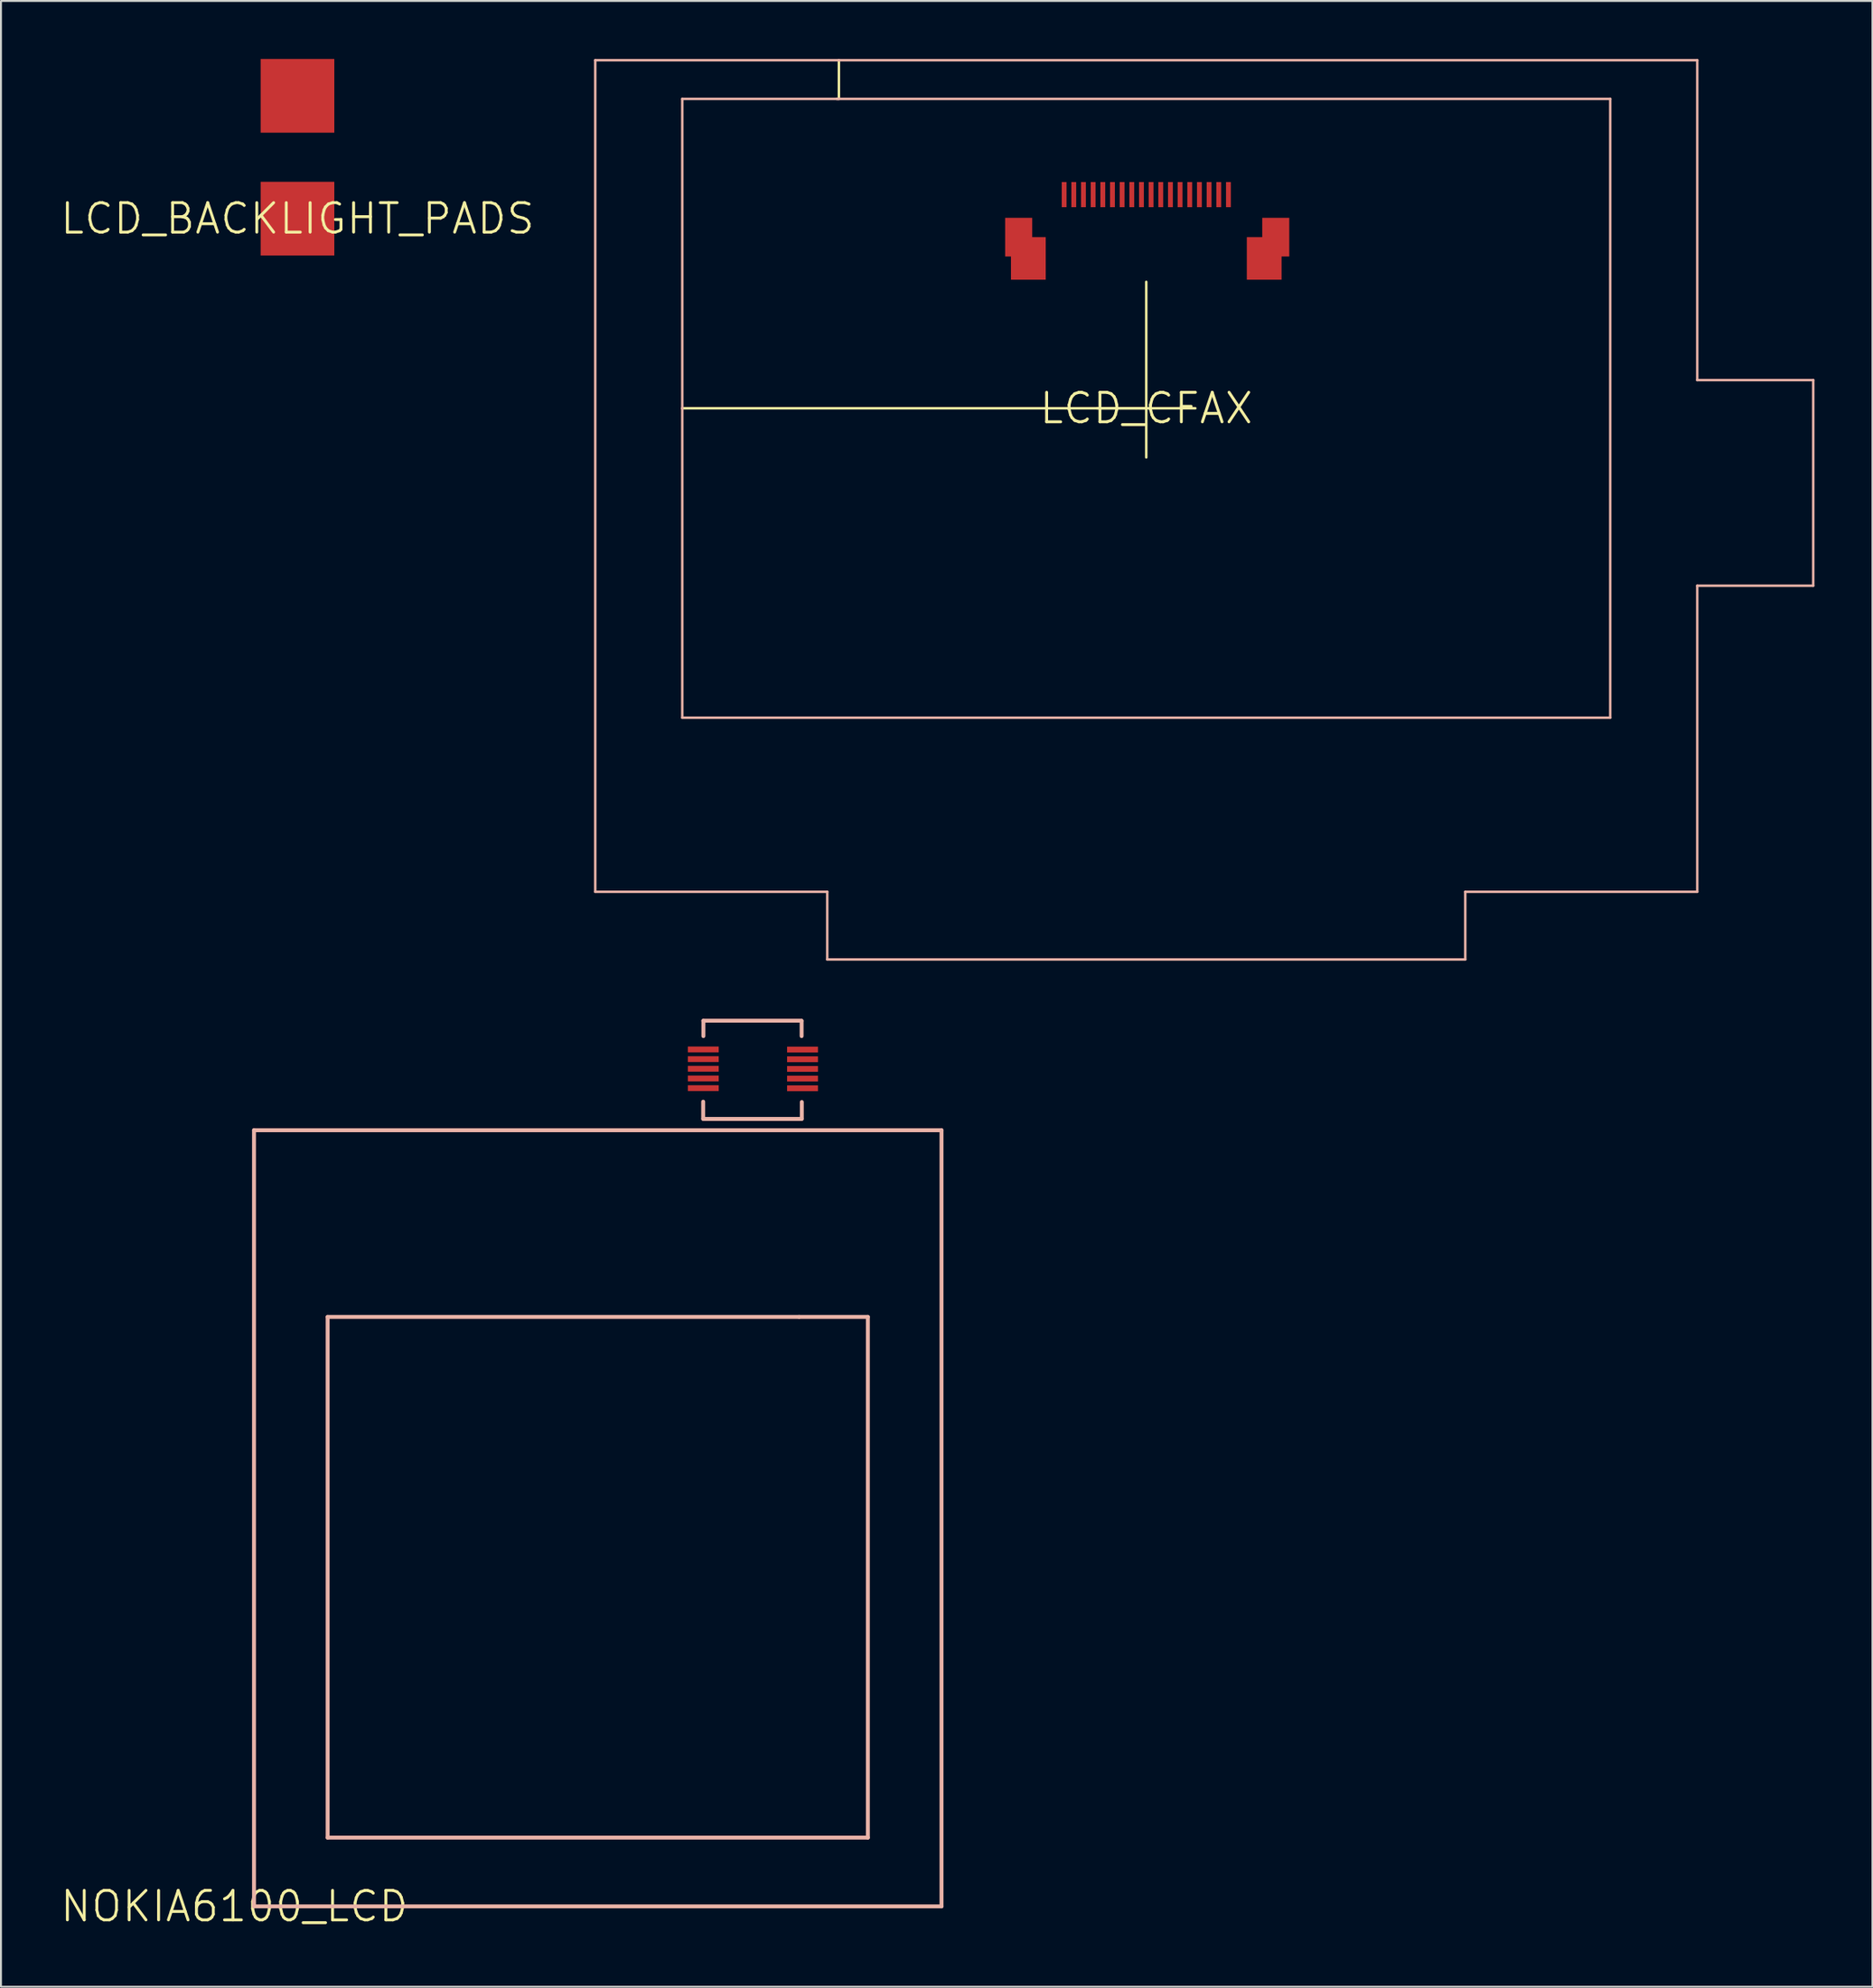
<source format=kicad_pcb>
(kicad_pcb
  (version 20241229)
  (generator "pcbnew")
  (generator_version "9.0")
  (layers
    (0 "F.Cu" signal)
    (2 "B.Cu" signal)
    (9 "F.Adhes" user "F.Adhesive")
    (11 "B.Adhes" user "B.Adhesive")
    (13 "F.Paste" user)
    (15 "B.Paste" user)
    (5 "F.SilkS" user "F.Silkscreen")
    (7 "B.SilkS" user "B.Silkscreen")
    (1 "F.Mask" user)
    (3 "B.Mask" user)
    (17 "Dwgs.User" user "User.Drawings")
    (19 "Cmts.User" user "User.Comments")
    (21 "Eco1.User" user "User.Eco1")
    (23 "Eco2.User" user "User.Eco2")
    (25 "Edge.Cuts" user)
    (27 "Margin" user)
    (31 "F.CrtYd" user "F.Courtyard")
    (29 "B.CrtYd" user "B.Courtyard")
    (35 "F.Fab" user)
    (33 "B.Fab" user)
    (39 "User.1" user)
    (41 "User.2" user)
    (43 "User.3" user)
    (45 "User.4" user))
  (footprint "LCD_BACKLIGHT_PADS"
    (layer "F.Cu")
    (at 12.337 8.255)
    (property "Reference" "LCD_BACKLIGHT_PADS" (at 0 0 0) (layer "F.SilkS") (effects (font (size 1.524 1.524) (thickness 0.15))))
    (attr smd)
    (pad "P$1" smd rect (at 0 0) (size 3.81 3.81) (layers "F.Cu" "F.Mask" "F.Paste"))
    (pad "P$2" smd rect (at 0 -6.35) (size 3.81 3.81) (layers "F.Cu" "F.Mask" "F.Paste")))
  (footprint "NOKIA6100_LCD"
    (layer "F.Cu")
    (at 9.071 95.522)
    (property "Reference" "NOKIA6100_LCD" (at 0 0 0) (layer "F.SilkS") (effects (font (size 1.524 1.524) (thickness 0.15))))
    (attr smd)
    (fp_line (start 1.016 -40.132) (end 36.576 -40.132) (stroke (width 0.203) (type solid)) (layer "B.SilkS"))
    (fp_line (start 1.016 0) (end 1.016 -40.132) (stroke (width 0.203) (type solid)) (layer "B.SilkS"))
    (fp_line (start 4.826 -30.48) (end 4.826 -3.556) (stroke (width 0.203) (type solid)) (layer "B.SilkS"))
    (fp_line (start 4.826 -30.48) (end 29.21 -30.48) (stroke (width 0.203) (type solid)) (layer "B.SilkS"))
    (fp_line (start 4.826 -3.556) (end 32.766 -3.556) (stroke (width 0.203) (type solid)) (layer "B.SilkS"))
    (fp_line (start 24.249 -40.719) (end 24.249 -41.608) (stroke (width 0.203) (type solid)) (layer "B.SilkS"))
    (fp_line (start 24.257 -45.796) (end 29.337 -45.796) (stroke (width 0.203) (type solid)) (layer "B.SilkS"))
    (fp_line (start 24.26 -45.789) (end 24.26 -44.999) (stroke (width 0.203) (type solid)) (layer "B.SilkS"))
    (fp_line (start 28.953 -30.48) (end 29.21 -30.48) (stroke (width 0.127) (type solid)) (layer "B.SilkS"))
    (fp_line (start 29.21 -30.48) (end 32.766 -30.48) (stroke (width 0.203) (type solid)) (layer "B.SilkS"))
    (fp_line (start 29.337 -40.716) (end 24.257 -40.716) (stroke (width 0.203) (type solid)) (layer "B.SilkS"))
    (fp_line (start 29.34 -45.778) (end 29.34 -44.999) (stroke (width 0.203) (type solid)) (layer "B.SilkS"))
    (fp_line (start 29.35 -40.719) (end 29.35 -41.59) (stroke (width 0.203) (type solid)) (layer "B.SilkS"))
    (fp_line (start 32.766 -30.48) (end 32.766 -3.556) (stroke (width 0.203) (type solid)) (layer "B.SilkS"))
    (fp_line (start 36.576 -40.132) (end 36.576 0) (stroke (width 0.203) (type solid)) (layer "B.SilkS"))
    (fp_line (start 36.576 0) (end 1.016 0) (stroke (width 0.203) (type solid)) (layer "B.SilkS"))
    (pad "1" smd rect (at 24.254 -44.31 90) (size 0.3 1.598) (layers "F.Cu" "F.Mask" "F.Paste"))
    (pad "2" smd rect (at 24.254 -43.81 90) (size 0.3 1.598) (layers "F.Cu" "F.Mask" "F.Paste"))
    (pad "3" smd rect (at 24.254 -43.31 90) (size 0.3 1.598) (layers "F.Cu" "F.Mask" "F.Paste"))
    (pad "4" smd rect (at 24.254 -42.809 90) (size 0.3 1.598) (layers "F.Cu" "F.Mask" "F.Paste"))
    (pad "5" smd rect (at 24.254 -42.309 90) (size 0.3 1.598) (layers "F.Cu" "F.Mask" "F.Paste"))
    (pad "6" smd rect (at 29.388 -42.301 270) (size 0.3 1.598) (layers "F.Cu" "F.Mask" "F.Paste"))
    (pad "7" smd rect (at 29.388 -42.802 270) (size 0.3 1.598) (layers "F.Cu" "F.Mask" "F.Paste"))
    (pad "8" smd rect (at 29.388 -43.302 270) (size 0.3 1.598) (layers "F.Cu" "F.Mask" "F.Paste"))
    (pad "9" smd rect (at 29.388 -43.802 270) (size 0.3 1.598) (layers "F.Cu" "F.Mask" "F.Paste"))
    (pad "10" smd rect (at 29.388 -44.303 270) (size 0.3 1.598) (layers "F.Cu" "F.Mask" "F.Paste")))
  (footprint "LCD_CFAX"
    (layer "F.Cu")
    (at 56.237 18.062)
    (property "Reference" "LCD_CFAX" (at 0 0 0) (layer "F.SilkS") (effects (font (size 1.524 1.524) (thickness 0.15))))
    (attr smd)
    (fp_line (start -23.998 0) (end 0 0) (stroke (width 0.127) (type solid)) (layer "F.SilkS"))
    (fp_line (start -15.898 -15.999) (end -15.898 -17.998) (stroke (width 0.127) (type solid)) (layer "F.SilkS"))
    (fp_line (start 0 2.54) (end 0 -6.538) (stroke (width 0.127) (type solid)) (layer "F.SilkS"))
    (fp_line (start 2.54 0) (end -2.54 0) (stroke (width 0.127) (type solid)) (layer "F.SilkS"))
    (fp_line (start -28.499 -17.998) (end -28.499 24.999) (stroke (width 0.127) (type solid)) (layer "B.SilkS"))
    (fp_line (start -28.499 24.999) (end -16.5 24.999) (stroke (width 0.127) (type solid)) (layer "B.SilkS"))
    (fp_line (start -23.998 -15.999) (end -15.999 -15.999) (stroke (width 0.127) (type solid)) (layer "B.SilkS"))
    (fp_line (start -23.998 0) (end -23.998 -15.999) (stroke (width 0.127) (type solid)) (layer "B.SilkS"))
    (fp_line (start -23.998 15.999) (end -23.998 0) (stroke (width 0.127) (type solid)) (layer "B.SilkS"))
    (fp_line (start -23.998 15.999) (end 23.998 15.999) (stroke (width 0.127) (type solid)) (layer "B.SilkS"))
    (fp_line (start -16.5 28.499) (end -16.5 24.999) (stroke (width 0.127) (type solid)) (layer "B.SilkS"))
    (fp_line (start -15.999 -15.999) (end -15.898 -15.999) (stroke (width 0.127) (type solid)) (layer "B.SilkS"))
    (fp_line (start -15.999 -15.999) (end 23.998 -15.999) (stroke (width 0.127) (type solid)) (layer "B.SilkS"))
    (fp_line (start -15.898 -17.998) (end -28.499 -17.998) (stroke (width 0.127) (type solid)) (layer "B.SilkS"))
    (fp_line (start 16.5 24.999) (end 16.5 28.499) (stroke (width 0.127) (type solid)) (layer "B.SilkS"))
    (fp_line (start 16.5 24.999) (end 28.499 24.999) (stroke (width 0.127) (type solid)) (layer "B.SilkS"))
    (fp_line (start 16.5 28.499) (end -16.5 28.499) (stroke (width 0.127) (type solid)) (layer "B.SilkS"))
    (fp_line (start 23.998 15.999) (end 23.998 -15.999) (stroke (width 0.127) (type solid)) (layer "B.SilkS"))
    (fp_line (start 28.499 -17.998) (end -15.898 -17.998) (stroke (width 0.127) (type solid)) (layer "B.SilkS"))
    (fp_line (start 28.499 -1.458) (end 28.499 -17.998) (stroke (width 0.127) (type solid)) (layer "B.SilkS"))
    (fp_line (start 28.499 -1.458) (end 34.498 -1.458) (stroke (width 0.127) (type solid)) (layer "B.SilkS"))
    (fp_line (start 28.499 9.174) (end 34.498 9.174) (stroke (width 0.127) (type solid)) (layer "B.SilkS"))
    (fp_line (start 28.499 24.999) (end 28.499 9.174) (stroke (width 0.127) (type solid)) (layer "B.SilkS"))
    (fp_line (start 34.498 9.174) (end 34.498 -1.458) (stroke (width 0.127) (type solid)) (layer "B.SilkS"))
    (pad "P$1" smd rect (at -4.249 -11.049 90) (size 1.298 0.249) (layers "F.Cu" "F.Mask" "F.Paste"))
    (pad "P$2" smd rect (at -3.749 -11.049 90) (size 1.298 0.249) (layers "F.Cu" "F.Mask" "F.Paste"))
    (pad "P$3" smd rect (at -3.249 -11.049 90) (size 1.298 0.249) (layers "F.Cu" "F.Mask" "F.Paste"))
    (pad "P$4" smd rect (at -2.748 -11.049 90) (size 1.298 0.249) (layers "F.Cu" "F.Mask" "F.Paste"))
    (pad "P$5" smd rect (at -2.248 -11.049 90) (size 1.298 0.249) (layers "F.Cu" "F.Mask" "F.Paste"))
    (pad "P$6" smd rect (at -1.748 -11.049 90) (size 1.298 0.249) (layers "F.Cu" "F.Mask" "F.Paste"))
    (pad "P$7" smd rect (at -1.25 -11.049 90) (size 1.298 0.249) (layers "F.Cu" "F.Mask" "F.Paste"))
    (pad "P$8" smd rect (at -0.749 -11.049 90) (size 1.298 0.249) (layers "F.Cu" "F.Mask" "F.Paste"))
    (pad "P$9" smd rect (at -0.249 -11.049 90) (size 1.298 0.249) (layers "F.Cu" "F.Mask" "F.Paste"))
    (pad "P$10" smd rect (at 0.249 -11.049 90) (size 1.298 0.249) (layers "F.Cu" "F.Mask" "F.Paste"))
    (pad "P$11" smd rect (at 0.749 -11.049 90) (size 1.298 0.249) (layers "F.Cu" "F.Mask" "F.Paste"))
    (pad "P$12" smd rect (at 1.25 -11.049 90) (size 1.298 0.249) (layers "F.Cu" "F.Mask" "F.Paste"))
    (pad "P$13" smd rect (at 1.748 -11.049 90) (size 1.298 0.249) (layers "F.Cu" "F.Mask" "F.Paste"))
    (pad "P$14" smd rect (at 2.248 -11.049 90) (size 1.298 0.249) (layers "F.Cu" "F.Mask" "F.Paste"))
    (pad "P$15" smd rect (at 2.748 -11.049 90) (size 1.298 0.249) (layers "F.Cu" "F.Mask" "F.Paste"))
    (pad "P$16" smd rect (at 3.249 -11.049 90) (size 1.298 0.249) (layers "F.Cu" "F.Mask" "F.Paste"))
    (pad "P$17" smd rect (at 3.749 -11.049 90) (size 1.298 0.249) (layers "F.Cu" "F.Mask" "F.Paste"))
    (pad "P$18" smd rect (at 4.249 -11.049 90) (size 1.298 0.249) (layers "F.Cu" "F.Mask" "F.Paste"))
    (pad "P$19" smd rect (at -6.599 -8.849) (size 1.4 1.999) (layers "F.Cu" "F.Mask" "F.Paste"))
    (pad "P$20" smd rect (at 6.698 -8.849) (size 1.4 1.999) (layers "F.Cu" "F.Mask" "F.Paste"))
    (pad "P$21" smd rect (at 6.099 -7.75) (size 1.798 2.2) (layers "F.Cu" "F.Mask" "F.Paste"))
    (pad "P$22" smd rect (at -6.099 -7.75) (size 1.798 2.2) (layers "F.Cu" "F.Mask" "F.Paste")))
  (gr_rect
    (start -3 -3)
    (end 93.798 99.677)
    (stroke (width 0.1) (type default))
    (fill no)
    (layer "Edge.Cuts")))
</source>
